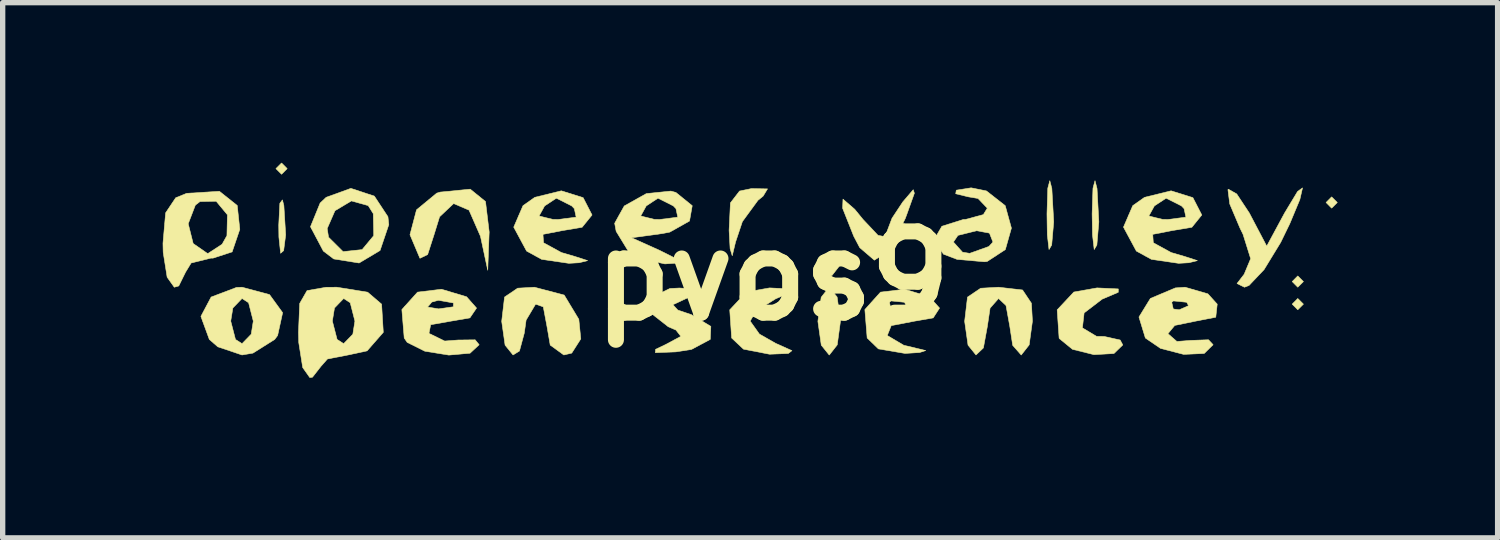
<source format=kicad_pcb>
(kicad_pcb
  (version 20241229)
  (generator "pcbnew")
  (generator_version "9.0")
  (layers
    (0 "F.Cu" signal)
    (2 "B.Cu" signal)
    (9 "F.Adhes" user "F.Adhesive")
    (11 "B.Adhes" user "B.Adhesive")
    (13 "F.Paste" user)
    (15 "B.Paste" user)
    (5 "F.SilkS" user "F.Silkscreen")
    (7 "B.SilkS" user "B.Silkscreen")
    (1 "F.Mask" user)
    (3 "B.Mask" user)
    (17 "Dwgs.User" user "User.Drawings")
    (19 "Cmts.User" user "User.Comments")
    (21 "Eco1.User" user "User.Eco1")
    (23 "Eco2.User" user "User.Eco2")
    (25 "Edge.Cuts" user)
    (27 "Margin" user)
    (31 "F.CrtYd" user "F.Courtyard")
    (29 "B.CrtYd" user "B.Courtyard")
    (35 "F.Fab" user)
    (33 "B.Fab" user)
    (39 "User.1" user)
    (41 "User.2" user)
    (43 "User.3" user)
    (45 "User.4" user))
  (footprint "pvos9"
    (layer "F.Cu")
    (at 11.435 2.122)
    (property "Reference" "pvos9" (at 0 0 0) (layer "F.SilkS") (effects (font (size 1.524 1.524) (thickness 0.3))))
    (attr through_hole)
    (fp_poly (pts (xy -9.102 -2.011) (xy -9.207 -1.905) (xy -9.313 -2.011) (xy -9.207 -2.117) (xy -9.102 -2.011)) (stroke (width 0.01) (type solid)) (fill yes) (layer "F.SilkS"))
    (fp_poly (pts (xy 9.948 0.106) (xy 9.842 0.212) (xy 9.737 0.106) (xy 9.842 0) (xy 9.948 0.106)) (stroke (width 0.01) (type solid)) (fill yes) (layer "F.SilkS"))
    (fp_poly (pts (xy 9.948 0.529) (xy 9.842 0.635) (xy 9.737 0.529) (xy 9.842 0.423) (xy 9.948 0.529)) (stroke (width 0.01) (type solid)) (fill yes) (layer "F.SilkS"))
    (fp_poly (pts (xy 10.583 -1.376) (xy 10.477 -1.27) (xy 10.372 -1.376) (xy 10.477 -1.482) (xy 10.583 -1.376)) (stroke (width 0.01) (type solid)) (fill yes) (layer "F.SilkS"))
    (fp_poly (pts (xy -9.164 -1.32) (xy -9.13 -0.769) (xy -9.168 -0.474) (xy -9.225 -0.424) (xy -9.257 -0.728) (xy -9.26 -0.953) (xy -9.239 -1.362) (xy -9.191 -1.425) (xy -9.164 -1.32)) (stroke (width 0.01) (type solid)) (fill yes) (layer "F.SilkS"))
    (fp_poly (pts (xy 1.264 -0.262) (xy 1.27 -0.212) (xy 1.109 -0.006) (xy 1.058 0) (xy 0.853 -0.161) (xy 0.847 -0.212) (xy 1.008 -0.417) (xy 1.058 -0.423) (xy 1.264 -0.262)) (stroke (width 0.01) (type solid)) (fill yes) (layer "F.SilkS"))
    (fp_poly (pts (xy 5.232 -1.638) (xy 5.267 -1.012) (xy 5.229 -0.579) (xy 5.179 -0.494) (xy 5.147 -0.771) (xy 5.141 -1.164) (xy 5.156 -1.644) (xy 5.194 -1.785) (xy 5.232 -1.638)) (stroke (width 0.01) (type solid)) (fill yes) (layer "F.SilkS"))
    (fp_poly (pts (xy 6.079 -1.638) (xy 6.113 -1.012) (xy 6.076 -0.579) (xy 6.026 -0.494) (xy 5.994 -0.771) (xy 5.987 -1.164) (xy 6.003 -1.644) (xy 6.041 -1.785) (xy 6.079 -1.638)) (stroke (width 0.01) (type solid)) (fill yes) (layer "F.SilkS"))
    (fp_poly (pts (xy -0.098 -1.631) (xy -0.18 -1.496) (xy -0.277 -1.417) (xy -0.569 -1.018) (xy -0.697 -0.635) (xy -0.759 -0.378) (xy -0.799 -0.511) (xy -0.818 -0.855) (xy -0.793 -1.369) (xy -0.622 -1.591) (xy -0.398 -1.637) (xy -0.098 -1.631)) (stroke (width 0.01) (type solid)) (fill yes) (layer "F.SilkS"))
    (fp_poly (pts (xy 1.207 0.396) (xy 1.27 0.839) (xy 1.27 0.847) (xy 1.209 1.293) (xy 1.061 1.482) (xy 1.058 1.482) (xy 0.91 1.298) (xy 0.847 0.855) (xy 0.847 0.847) (xy 0.908 0.401) (xy 1.056 0.212) (xy 1.058 0.212) (xy 1.207 0.396)) (stroke (width 0.01) (type solid)) (fill yes) (layer "F.SilkS"))
    (fp_poly (pts (xy 0.334 0.245) (xy 0.331 0.31) (xy 0.053 0.43) (xy -0.314 0.659) (xy -0.423 0.847) (xy -0.25 1.09) (xy 0.053 1.263) (xy 0.36 1.401) (xy 0.292 1.454) (xy -0.06 1.468) (xy -0.548 1.373) (xy -0.77 1.164) (xy -0.806 0.636) (xy -0.493 0.302) (xy -0.06 0.225) (xy 0.334 0.245)) (stroke (width 0.01) (type solid)) (fill yes) (layer "F.SilkS"))
    (fp_poly (pts (xy -5.384 -1.394) (xy -5.315 -0.822) (xy -5.317 -0.781) (xy -5.342 -0.106) (xy -5.478 -0.741) (xy -5.693 -1.233) (xy -5.982 -1.356) (xy -6.245 -1.108) (xy -6.348 -0.775) (xy -6.469 -0.4) (xy -6.612 -0.331) (xy -6.615 -0.334) (xy -6.8 -0.772) (xy -6.677 -1.239) (xy -6.299 -1.551) (xy -6.234 -1.571) (xy -5.67 -1.626) (xy -5.384 -1.394)) (stroke (width 0.01) (type solid)) (fill yes) (layer "F.SilkS"))
    (fp_poly (pts (xy 2.655 -1.55) (xy 2.509 -1.142) (xy 2.483 -1.073) (xy 2.185 -0.475) (xy 1.905 -0.295) (xy 1.631 -0.53) (xy 1.518 -0.745) (xy 1.31 -1.269) (xy 1.317 -1.439) (xy 1.537 -1.249) (xy 1.693 -1.058) (xy 1.973 -0.761) (xy 2.109 -0.734) (xy 2.112 -0.753) (xy 2.236 -1.081) (xy 2.439 -1.388) (xy 2.634 -1.616) (xy 2.655 -1.55)) (stroke (width 0.01) (type solid)) (fill yes) (layer "F.SilkS"))
    (fp_poly (pts (xy 6.478 0.244) (xy 6.477 0.307) (xy 6.174 0.436) (xy 5.837 0.694) (xy 5.805 0.974) (xy 6.07 1.133) (xy 6.214 1.135) (xy 6.513 1.202) (xy 6.562 1.294) (xy 6.396 1.455) (xy 6.021 1.476) (xy 5.619 1.376) (xy 5.372 1.174) (xy 5.368 1.164) (xy 5.332 0.636) (xy 5.645 0.302) (xy 6.079 0.225) (xy 6.478 0.244)) (stroke (width 0.01) (type solid)) (fill yes) (layer "F.SilkS"))
    (fp_poly (pts (xy -3.909 0.359) (xy -3.635 0.813) (xy -3.598 1.181) (xy -3.768 1.447) (xy -3.916 1.482) (xy -4.171 1.297) (xy -4.233 0.94) (xy -4.301 0.58) (xy -4.445 0.529) (xy -4.623 0.828) (xy -4.657 1.071) (xy -4.748 1.408) (xy -4.868 1.482) (xy -5.017 1.298) (xy -5.08 0.855) (xy -5.08 0.847) (xy -5.027 0.396) (xy -4.781 0.23) (xy -4.468 0.212) (xy -3.909 0.359)) (stroke (width 0.01) (type solid)) (fill yes) (layer "F.SilkS"))
    (fp_poly (pts (xy -1.374 0.252) (xy -1.394 0.324) (xy -1.587 0.407) (xy -1.871 0.54) (xy -1.78 0.64) (xy -1.523 0.727) (xy -1.16 0.946) (xy -1.171 1.19) (xy -1.523 1.378) (xy -1.815 1.424) (xy -2.2 1.439) (xy -2.196 1.376) (xy -2.011 1.288) (xy -1.722 1.133) (xy -1.814 1.015) (xy -1.958 0.953) (xy -2.299 0.686) (xy -2.277 0.405) (xy -1.928 0.236) (xy -1.746 0.227) (xy -1.374 0.252)) (stroke (width 0.01) (type solid)) (fill yes) (layer "F.SilkS"))
    (fp_poly (pts (xy 4.683 0.264) (xy 4.849 0.512) (xy 4.868 0.847) (xy 4.807 1.293) (xy 4.659 1.482) (xy 4.657 1.482) (xy 4.498 1.301) (xy 4.445 0.953) (xy 4.373 0.555) (xy 4.233 0.423) (xy 4.074 0.604) (xy 4.022 0.953) (xy 3.949 1.35) (xy 3.81 1.482) (xy 3.661 1.298) (xy 3.598 0.855) (xy 3.598 0.847) (xy 3.651 0.397) (xy 3.898 0.231) (xy 4.233 0.212) (xy 4.683 0.264)) (stroke (width 0.01) (type solid)) (fill yes) (layer "F.SilkS"))
    (fp_poly (pts (xy 9.881 -1.432) (xy 9.694 -0.983) (xy 9.521 -0.627) (xy 9.21 -0.118) (xy 8.928 0.179) (xy 8.843 0.212) (xy 8.703 0.143) (xy 8.837 -0.031) (xy 8.959 -0.323) (xy 8.816 -0.78) (xy 8.758 -0.898) (xy 8.567 -1.349) (xy 8.533 -1.616) (xy 8.54 -1.626) (xy 8.697 -1.537) (xy 8.935 -1.177) (xy 8.952 -1.144) (xy 9.26 -0.558) (xy 9.595 -1.179) (xy 9.839 -1.584) (xy 9.931 -1.65) (xy 9.881 -1.432)) (stroke (width 0.01) (type solid)) (fill yes) (layer "F.SilkS"))
    (fp_poly (pts (xy -9.433 0.35) (xy -9.187 0.689) (xy -9.281 1.117) (xy -9.336 1.191) (xy -9.743 1.447) (xy -9.948 1.482) (xy -10.402 1.329) (xy -10.561 1.191) (xy -10.687 0.847) (xy -10.16 0.847) (xy -10.071 1.191) (xy -9.948 1.27) (xy -9.776 1.093) (xy -9.737 0.847) (xy -9.825 0.503) (xy -9.948 0.423) (xy -10.12 0.601) (xy -10.16 0.847) (xy -10.687 0.847) (xy -10.719 0.758) (xy -10.527 0.396) (xy -10.052 0.216) (xy -9.948 0.212) (xy -9.433 0.35)) (stroke (width 0.01) (type solid)) (fill yes) (layer "F.SilkS"))
    (fp_poly (pts (xy -7.468 -1.496) (xy -7.213 -1.109) (xy -7.197 -0.961) (xy -7.361 -0.476) (xy -7.754 -0.242) (xy -8.229 -0.318) (xy -8.424 -0.466) (xy -8.647 -0.888) (xy -8.352 -0.888) (xy -8.326 -0.725) (xy -8.054 -0.455) (xy -7.697 -0.493) (xy -7.479 -0.755) (xy -7.488 -1.167) (xy -7.583 -1.318) (xy -7.898 -1.406) (xy -8.206 -1.222) (xy -8.352 -0.888) (xy -8.647 -0.888) (xy -8.665 -0.922) (xy -8.484 -1.366) (xy -8.371 -1.473) (xy -7.908 -1.641) (xy -7.468 -1.496)) (stroke (width 0.01) (type solid)) (fill yes) (layer "F.SilkS"))
    (fp_poly (pts (xy 2.936 0.39) (xy 3.127 0.603) (xy 3.008 0.787) (xy 2.663 0.847) (xy 2.221 0.932) (xy 2.147 1.117) (xy 2.456 1.3) (xy 2.593 1.332) (xy 2.868 1.399) (xy 2.753 1.436) (xy 2.48 1.453) (xy 1.981 1.368) (xy 1.77 1.164) (xy 1.727 0.631) (xy 1.85 0.494) (xy 2.187 0.494) (xy 2.216 0.62) (xy 2.328 0.635) (xy 2.503 0.558) (xy 2.469 0.494) (xy 2.218 0.469) (xy 2.187 0.494) (xy 1.85 0.494) (xy 2.021 0.304) (xy 2.47 0.25) (xy 2.936 0.39)) (stroke (width 0.01) (type solid)) (fill yes) (layer "F.SilkS"))
    (fp_poly (pts (xy -7.594 0.305) (xy -7.332 0.529) (xy -7.3 1.058) (xy -7.604 1.405) (xy -7.96 1.482) (xy -8.347 1.557) (xy -8.467 1.693) (xy -8.628 1.899) (xy -8.678 1.905) (xy -8.811 1.717) (xy -8.885 1.248) (xy -8.89 1.058) (xy -8.881 0.847) (xy -8.255 0.847) (xy -8.166 1.191) (xy -8.043 1.27) (xy -7.871 1.093) (xy -7.832 0.847) (xy -7.92 0.503) (xy -8.043 0.423) (xy -8.215 0.601) (xy -8.255 0.847) (xy -8.881 0.847) (xy -8.867 0.516) (xy -8.729 0.275) (xy -8.373 0.213) (xy -8.172 0.212) (xy -7.594 0.305)) (stroke (width 0.01) (type solid)) (fill yes) (layer "F.SilkS"))
    (fp_poly (pts (xy -5.739 0.391) (xy -5.552 0.603) (xy -5.677 0.787) (xy -6.027 0.847) (xy -6.412 0.915) (xy -6.444 1.077) (xy -6.149 1.221) (xy -5.903 1.202) (xy -5.578 1.198) (xy -5.503 1.29) (xy -5.674 1.449) (xy -6.072 1.484) (xy -6.522 1.411) (xy -6.852 1.246) (xy -6.908 1.164) (xy -6.952 0.631) (xy -6.91 0.584) (xy -6.47 0.584) (xy -6.262 0.618) (xy -5.987 0.579) (xy -5.984 0.507) (xy -6.267 0.457) (xy -6.39 0.49) (xy -6.47 0.584) (xy -6.91 0.584) (xy -6.658 0.304) (xy -6.209 0.25) (xy -5.739 0.391)) (stroke (width 0.01) (type solid)) (fill yes) (layer "F.SilkS"))
    (fp_poly (pts (xy 8.157 0.336) (xy 8.332 0.529) (xy 8.305 0.774) (xy 7.931 0.847) (xy 7.536 0.928) (xy 7.408 1.083) (xy 7.576 1.229) (xy 7.832 1.209) (xy 8.169 1.197) (xy 8.255 1.29) (xy 8.088 1.454) (xy 7.703 1.471) (xy 7.27 1.359) (xy 6.985 1.164) (xy 6.865 0.771) (xy 7.035 0.494) (xy 7.479 0.494) (xy 7.508 0.62) (xy 7.62 0.635) (xy 7.794 0.558) (xy 7.761 0.494) (xy 7.51 0.469) (xy 7.479 0.494) (xy 7.035 0.494) (xy 7.08 0.422) (xy 7.547 0.225) (xy 7.729 0.212) (xy 8.157 0.336)) (stroke (width 0.01) (type solid)) (fill yes) (layer "F.SilkS"))
    (fp_poly (pts (xy -3.554 -1.467) (xy -3.387 -1.142) (xy -3.573 -0.912) (xy -3.958 -0.847) (xy -4.307 -0.779) (xy -4.296 -0.621) (xy -3.961 -0.438) (xy -3.704 -0.363) (xy -3.47 -0.287) (xy -3.629 -0.247) (xy -3.821 -0.236) (xy -4.332 -0.311) (xy -4.614 -0.466) (xy -4.855 -0.914) (xy -4.765 -1.123) (xy -4.38 -1.123) (xy -4.124 -1.06) (xy -4.022 -1.058) (xy -3.685 -1.101) (xy -3.719 -1.261) (xy -3.768 -1.312) (xy -4.056 -1.457) (xy -4.276 -1.312) (xy -4.38 -1.123) (xy -4.765 -1.123) (xy -4.681 -1.317) (xy -4.46 -1.473) (xy -3.963 -1.595) (xy -3.554 -1.467)) (stroke (width 0.01) (type solid)) (fill yes) (layer "F.SilkS"))
    (fp_poly (pts (xy -1.815 -1.564) (xy -1.509 -1.316) (xy -1.56 -1.029) (xy -1.93 -0.821) (xy -2.064 -0.795) (xy -2.646 -0.715) (xy -2.117 -0.477) (xy -1.777 -0.306) (xy -1.81 -0.239) (xy -2.021 -0.225) (xy -2.503 -0.331) (xy -2.709 -0.466) (xy -2.935 -0.836) (xy -2.963 -0.987) (xy -2.888 -1.123) (xy -2.475 -1.123) (xy -2.219 -1.06) (xy -2.117 -1.058) (xy -1.78 -1.101) (xy -1.814 -1.261) (xy -1.863 -1.312) (xy -2.151 -1.457) (xy -2.371 -1.312) (xy -2.475 -1.123) (xy -2.888 -1.123) (xy -2.783 -1.311) (xy -2.369 -1.543) (xy -1.909 -1.59) (xy -1.815 -1.564)) (stroke (width 0.01) (type solid)) (fill yes) (layer "F.SilkS"))
    (fp_poly (pts (xy 7.876 -1.467) (xy 8.043 -1.142) (xy 7.857 -0.912) (xy 7.472 -0.847) (xy 7.123 -0.779) (xy 7.134 -0.621) (xy 7.469 -0.438) (xy 7.726 -0.363) (xy 7.96 -0.287) (xy 7.801 -0.247) (xy 7.609 -0.236) (xy 7.098 -0.311) (xy 6.816 -0.466) (xy 6.575 -0.914) (xy 6.665 -1.123) (xy 7.05 -1.123) (xy 7.306 -1.06) (xy 7.408 -1.058) (xy 7.745 -1.101) (xy 7.711 -1.261) (xy 7.662 -1.312) (xy 7.374 -1.457) (xy 7.154 -1.312) (xy 7.05 -1.123) (xy 6.665 -1.123) (xy 6.749 -1.317) (xy 6.97 -1.473) (xy 7.467 -1.595) (xy 7.876 -1.467)) (stroke (width 0.01) (type solid)) (fill yes) (layer "F.SilkS"))
    (fp_poly (pts (xy -10.038 -1.32) (xy -9.99 -0.873) (xy -10.134 -0.45) (xy -10.493 -0.333) (xy -10.53 -0.334) (xy -10.902 -0.242) (xy -11.007 -0.07) (xy -11.134 0.188) (xy -11.218 0.212) (xy -11.352 0.024) (xy -11.426 -0.442) (xy -11.43 -0.61) (xy -11.398 -0.978) (xy -10.957 -0.978) (xy -10.864 -0.607) (xy -10.6 -0.424) (xy -10.583 -0.423) (xy -10.322 -0.593) (xy -10.231 -0.755) (xy -10.222 -1.146) (xy -10.433 -1.4) (xy -10.736 -1.394) (xy -10.823 -1.327) (xy -10.957 -0.978) (xy -11.398 -0.978) (xy -11.38 -1.182) (xy -11.191 -1.465) (xy -10.986 -1.548) (xy -10.372 -1.586) (xy -10.038 -1.32)) (stroke (width 0.01) (type solid)) (fill yes) (layer "F.SilkS"))
    (fp_poly (pts (xy 4.006 -1.593) (xy 4.358 -1.317) (xy 4.474 -0.896) (xy 4.36 -0.493) (xy 4.02 -0.271) (xy 3.969 -0.265) (xy 3.456 -0.31) (xy 3.201 -0.407) (xy 3.047 -0.635) (xy 3.387 -0.635) (xy 3.557 -0.445) (xy 3.692 -0.423) (xy 4.052 -0.552) (xy 4.128 -0.635) (xy 4.063 -0.802) (xy 3.822 -0.847) (xy 3.472 -0.76) (xy 3.387 -0.635) (xy 3.047 -0.635) (xy 3.021 -0.673) (xy 3.171 -0.931) (xy 3.574 -1.058) (xy 3.611 -1.058) (xy 3.948 -1.149) (xy 4.022 -1.27) (xy 3.848 -1.452) (xy 3.669 -1.482) (xy 3.43 -1.54) (xy 3.441 -1.607) (xy 3.719 -1.651) (xy 4.006 -1.593)) (stroke (width 0.01) (type solid)) (fill yes) (layer "F.SilkS")))
  (gr_rect
    (start -3 -3)
    (end 25.023 7.032)
    (stroke (width 0.1) (type default))
    (fill no)
    (layer "Edge.Cuts")))
</source>
